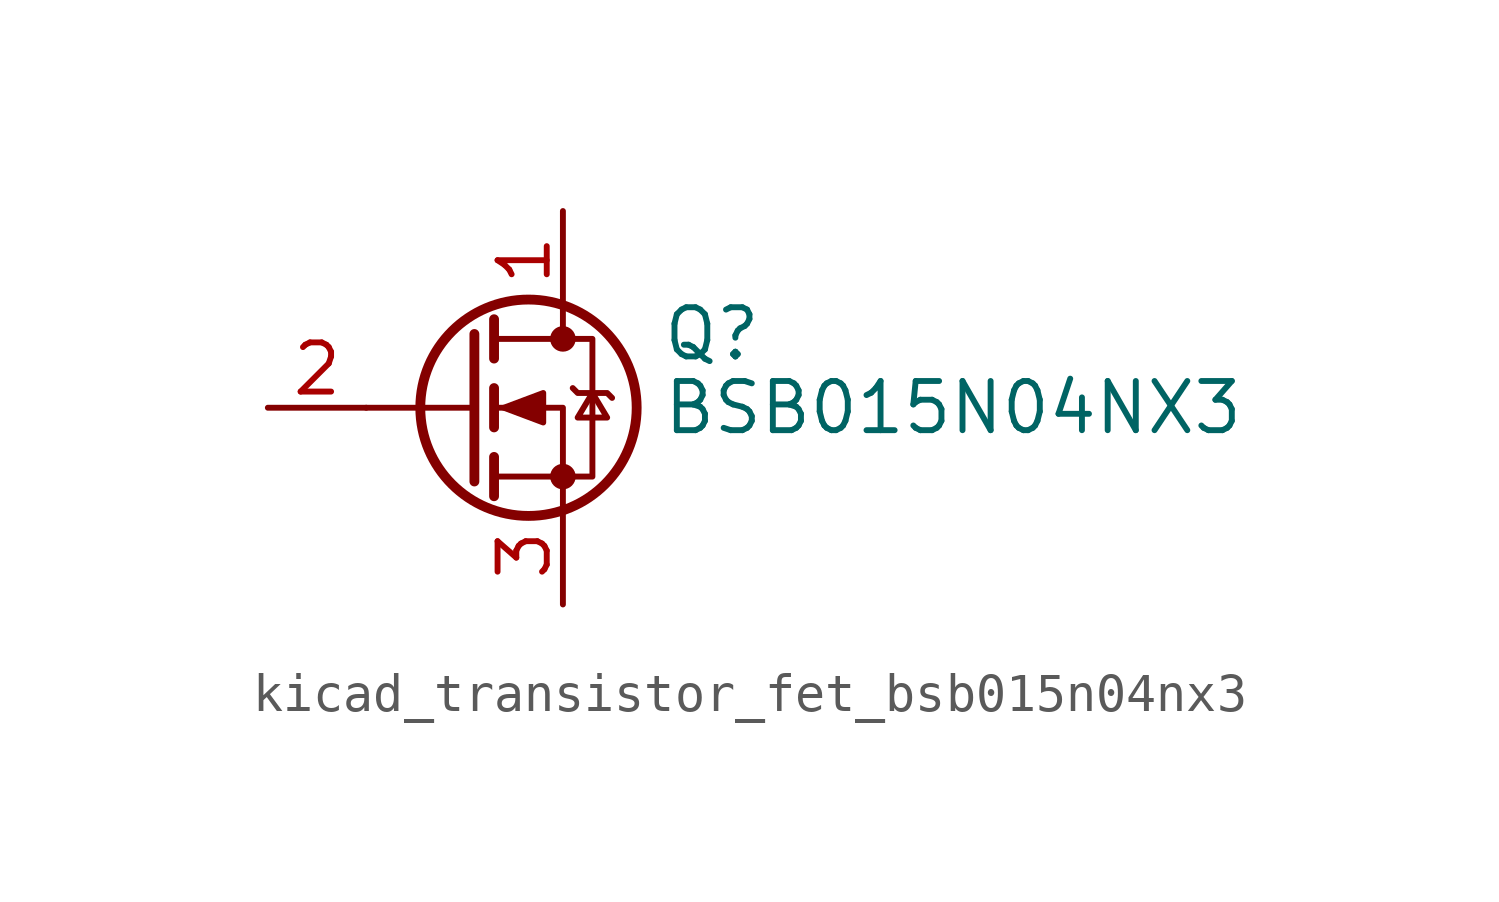
<source format=kicad_sym>
(kicad_symbol_lib
  (version 20220914)
  (generator kicad_symbol_editor)
  (symbol "kicad_transistor_fet_bsb015n04nx3"
    (pin_names hide)
    (property "Reference" "Q"
      (at 5.08 1.905 0)
      (effects (font (size 1.27 1.27)) (justify left)))
    (property "Value" "BSB015N04NX3"
      (at 5.08 0 0)
      (effects (font (size 1.27 1.27)) (justify left)))
    (symbol "kicad_transistor_fet_bsb015n04nx3_0_1"
      (polyline (pts (xy 0.254 0) (xy -2.54 0)) (stroke (width 0) (type default)) (fill (type none)))
      (polyline (pts (xy 0.254 1.905) (xy 0.254 -1.905)) (stroke (width 0.254) (type default)) (fill (type none)))
      (polyline (pts (xy 0.762 -1.27) (xy 0.762 -2.286)) (stroke (width 0.254) (type default)) (fill (type none)))
      (polyline (pts (xy 0.762 0.508) (xy 0.762 -0.508)) (stroke (width 0.254) (type default)) (fill (type none)))
      (polyline (pts (xy 0.762 2.286) (xy 0.762 1.27)) (stroke (width 0.254) (type default)) (fill (type none)))
      (polyline (pts (xy 2.54 2.54) (xy 2.54 1.778)) (stroke (width 0) (type default)) (fill (type none)))
      (polyline (pts (xy 2.54 -2.54) (xy 2.54 0) (xy 0.762 0)) (stroke (width 0) (type default)) (fill (type none)))
      (polyline (pts (xy 0.762 -1.778) (xy 3.302 -1.778) (xy 3.302 1.778) (xy 0.762 1.778)) (stroke (width 0) (type default)) (fill (type none)))
      (polyline (pts (xy 1.016 0) (xy 2.032 0.381) (xy 2.032 -0.381) (xy 1.016 0)) (stroke (width 0) (type default)) (fill (type outline)))
      (polyline (pts (xy 2.794 0.508) (xy 2.921 0.381) (xy 3.683 0.381) (xy 3.81 0.254)) (stroke (width 0) (type default)) (fill (type none)))
      (polyline (pts (xy 3.302 0.381) (xy 2.921 -0.254) (xy 3.683 -0.254) (xy 3.302 0.381)) (stroke (width 0) (type default)) (fill (type none)))
      (circle (center 1.651 0) (radius 2.794) (stroke (width 0.254) (type default)) (fill (type none)))
      (circle (center 2.54 -1.778) (radius 0.254) (stroke (width 0) (type default)) (fill (type outline)))
      (circle (center 2.54 1.778) (radius 0.254) (stroke (width 0) (type default)) (fill (type outline))))
    (symbol "kicad_transistor_fet_bsb015n04nx3_1_1"
      (pin passive line (at 2.54 5.08 270) (length 2.54) (name "D" (effects (font (size 1.27 1.27)))) (number "1" (effects (font (size 1.27 1.27)))))
      (pin input line (at -5.08 0 0) (length 2.54) (name "G" (effects (font (size 1.27 1.27)))) (number "2" (effects (font (size 1.27 1.27)))))
      (pin passive line (at 2.54 -5.08 90) (length 2.54) (name "S" (effects (font (size 1.27 1.27)))) (number "3" (effects (font (size 1.27 1.27))))))))
</source>
